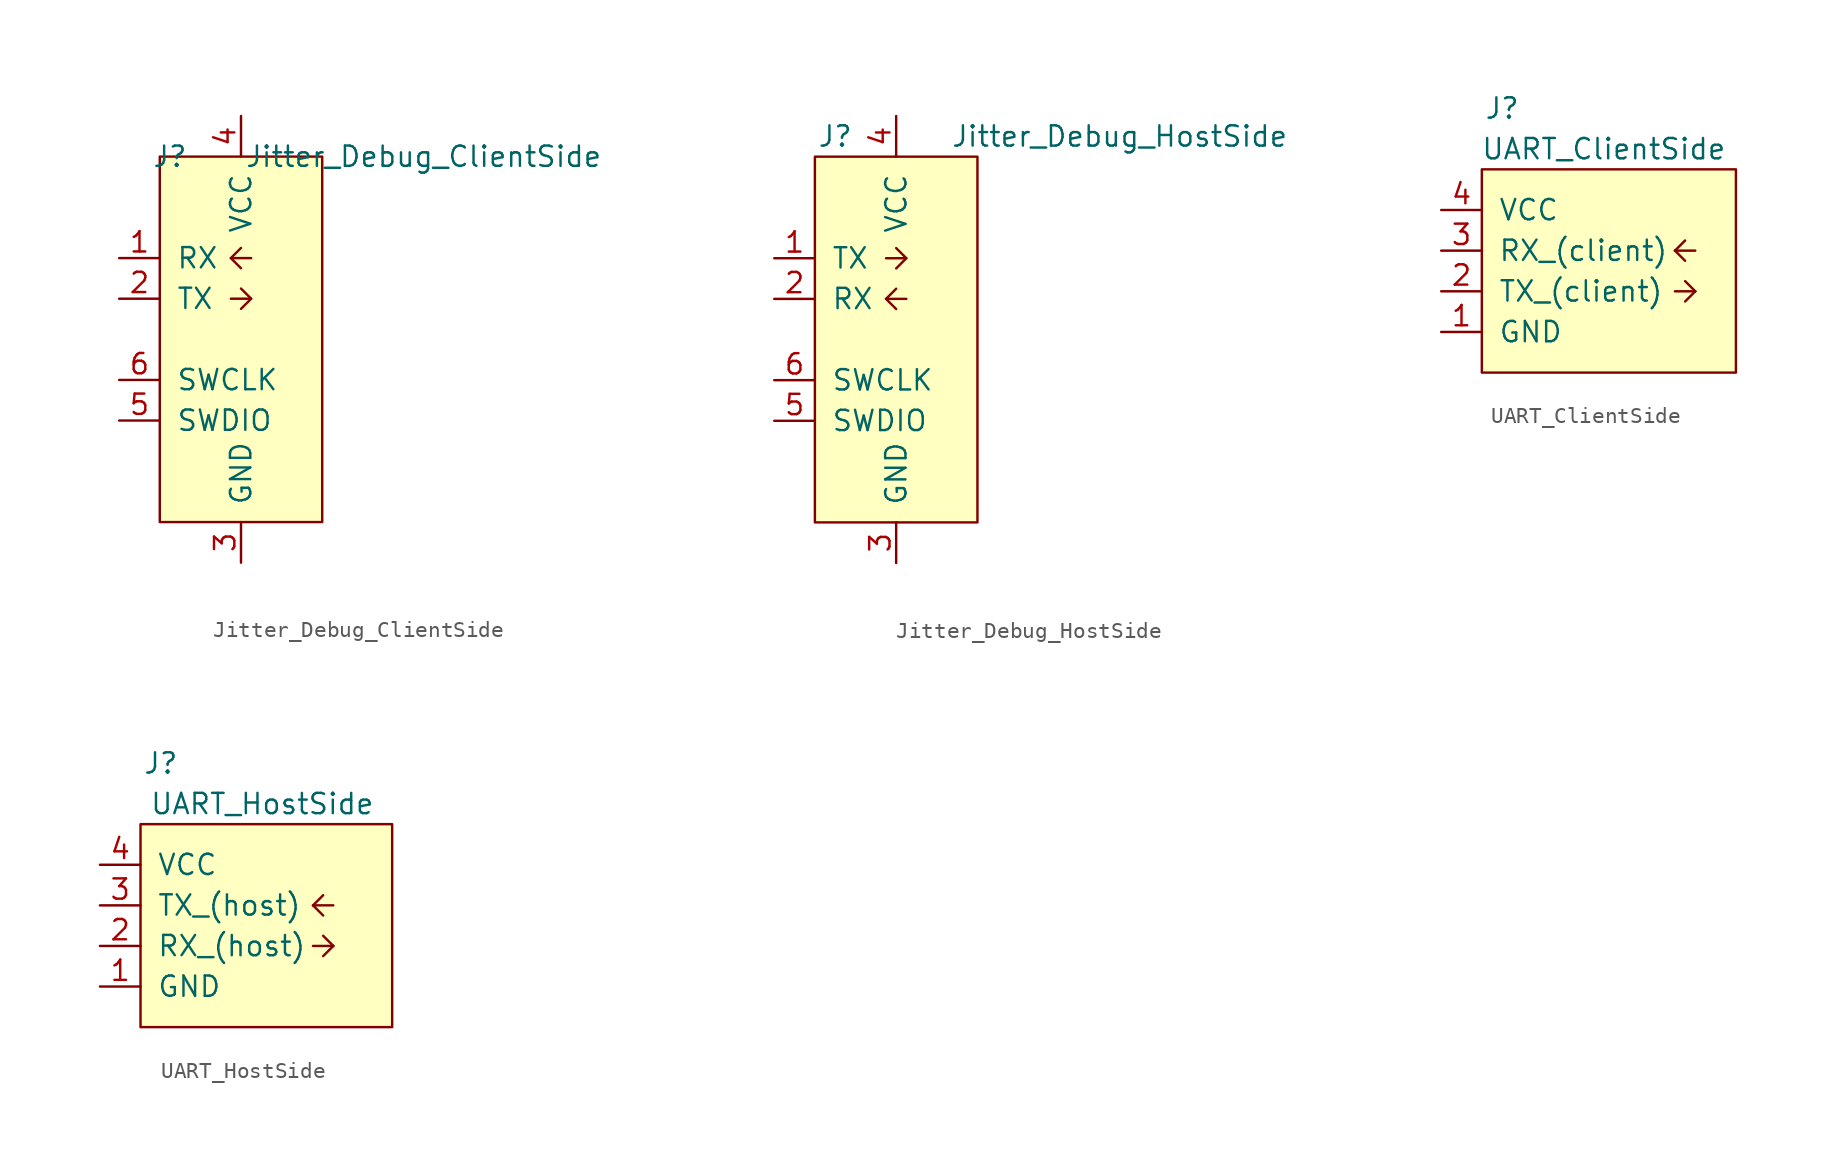
<source format=kicad_sym>
(kicad_symbol_lib
  (version 20211014)
  (generator kicad_symbol_editor)
  (symbol "Jitter_Debug_ClientSide"
    (pin_names
      (offset 1.016))
    (property "Reference" "J"
      (at 0.635 22.86 0)
      (effects (font (size 1.27 1.27))))
    (property "Value" "Jitter_Debug_ClientSide"
      (at 16.51 22.86 0)
      (effects (font (size 1.27 1.27))))
    (symbol "Jitter_Debug_ClientSide_0_1"
      (polyline (pts (xy 4.445 16.51) (xy 5.715 16.51)) (stroke (width 0.152) (type default) (color 0 0 0 0)) (fill (type none)))
      (polyline (pts (xy 5.715 13.97) (xy 4.445 13.97)) (stroke (width 0.152) (type default) (color 0 0 0 0)) (fill (type none)))
      (polyline (pts (xy 5.08 14.605) (xy 5.715 13.97) (xy 5.08 13.335)) (stroke (width 0.152) (type default) (color 0 0 0 0)) (fill (type none)))
      (polyline (pts (xy 5.08 15.875) (xy 4.445 16.51) (xy 5.08 17.145)) (stroke (width 0.152) (type default) (color 0 0 0 0)) (fill (type none)))
      (rectangle (start 0 22.86) (end 10.16 0) (stroke (width 0) (type default) (color 0 0 0 0)) (fill (type background))))
    (symbol "Jitter_Debug_ClientSide_1_1"
      (pin input line (at -2.54 16.51 0) (length 2.54) (name "RX" (effects (font (size 1.27 1.27)))) (number "1" (effects (font (size 1.27 1.27)))))
      (pin output line (at -2.54 13.97 0) (length 2.54) (name "TX" (effects (font (size 1.27 1.27)))) (number "2" (effects (font (size 1.27 1.27)))))
      (pin passive line (at 5.08 -2.54 90) (length 2.54) (name "GND" (effects (font (size 1.27 1.27)))) (number "3" (effects (font (size 1.27 1.27)))))
      (pin passive line (at 5.08 25.4 270) (length 2.54) (name "VCC" (effects (font (size 1.27 1.27)))) (number "4" (effects (font (size 1.27 1.27)))))
      (pin bidirectional line (at -2.54 6.35 0) (length 2.54) (name "SWDIO" (effects (font (size 1.27 1.27)))) (number "5" (effects (font (size 1.27 1.27)))))
      (pin bidirectional line (at -2.54 8.89 0) (length 2.54) (name "SWCLK" (effects (font (size 1.27 1.27)))) (number "6" (effects (font (size 1.27 1.27)))))))
  (symbol "Jitter_Debug_HostSide"
    (pin_names
      (offset 1.016))
    (property "Reference" "J"
      (at 1.27 24.13 0)
      (effects (font (size 1.27 1.27))))
    (property "Value" "Jitter_Debug_HostSide"
      (at 19.05 24.13 0)
      (effects (font (size 1.27 1.27))))
    (symbol "Jitter_Debug_HostSide_0_1"
      (polyline (pts (xy 4.445 13.97) (xy 5.715 13.97)) (stroke (width 0.152) (type default) (color 0 0 0 0)) (fill (type none)))
      (polyline (pts (xy 5.715 16.51) (xy 4.445 16.51)) (stroke (width 0.152) (type default) (color 0 0 0 0)) (fill (type none)))
      (polyline (pts (xy 5.08 13.335) (xy 4.445 13.97) (xy 5.08 14.605)) (stroke (width 0.152) (type default) (color 0 0 0 0)) (fill (type none)))
      (polyline (pts (xy 5.08 17.145) (xy 5.715 16.51) (xy 5.08 15.875)) (stroke (width 0.152) (type default) (color 0 0 0 0)) (fill (type none)))
      (rectangle (start 0 22.86) (end 10.16 0) (stroke (width 0) (type default) (color 0 0 0 0)) (fill (type background))))
    (symbol "Jitter_Debug_HostSide_1_1"
      (pin output line (at -2.54 16.51 0) (length 2.54) (name "TX" (effects (font (size 1.27 1.27)))) (number "1" (effects (font (size 1.27 1.27)))))
      (pin input line (at -2.54 13.97 0) (length 2.54) (name "RX" (effects (font (size 1.27 1.27)))) (number "2" (effects (font (size 1.27 1.27)))))
      (pin passive line (at 5.08 -2.54 90) (length 2.54) (name "GND" (effects (font (size 1.27 1.27)))) (number "3" (effects (font (size 1.27 1.27)))))
      (pin passive line (at 5.08 25.4 270) (length 2.54) (name "VCC" (effects (font (size 1.27 1.27)))) (number "4" (effects (font (size 1.27 1.27)))))
      (pin bidirectional line (at -2.54 6.35 0) (length 2.54) (name "SWDIO" (effects (font (size 1.27 1.27)))) (number "5" (effects (font (size 1.27 1.27)))))
      (pin bidirectional line (at -2.54 8.89 0) (length 2.54) (name "SWCLK" (effects (font (size 1.27 1.27)))) (number "6" (effects (font (size 1.27 1.27)))))))
  (symbol "UART_ClientSide"
    (pin_names
      (offset 1.016))
    (property "Reference" "J"
      (at 1.27 16.51 0)
      (effects (font (size 1.27 1.27))))
    (property "Value" "UART_ClientSide"
      (at 7.62 13.97 0)
      (effects (font (size 1.27 1.27))))
    (symbol "UART_ClientSide_0_1"
      (polyline (pts (xy 12.065 7.62) (xy 12.7 6.985)) (stroke (width 0.152) (type default) (color 0 0 0 0)) (fill (type none)))
      (polyline (pts (xy 12.065 7.62) (xy 12.7 8.255)) (stroke (width 0.152) (type default) (color 0 0 0 0)) (fill (type none)))
      (polyline (pts (xy 12.065 7.62) (xy 13.335 7.62)) (stroke (width 0.152) (type default) (color 0 0 0 0)) (fill (type none)))
      (polyline (pts (xy 13.335 5.08) (xy 12.065 5.08)) (stroke (width 0.152) (type default) (color 0 0 0 0)) (fill (type none)))
      (polyline (pts (xy 13.335 5.08) (xy 12.7 4.445)) (stroke (width 0.152) (type default) (color 0 0 0 0)) (fill (type none)))
      (polyline (pts (xy 13.335 5.08) (xy 12.7 5.715)) (stroke (width 0.152) (type default) (color 0 0 0 0)) (fill (type none)))
      (rectangle (start 0 12.7) (end 15.875 0) (stroke (width 0) (type default) (color 0 0 0 0)) (fill (type background))))
    (symbol "UART_ClientSide_1_1"
      (pin passive line (at -2.54 2.54 0) (length 2.54) (name "GND" (effects (font (size 1.27 1.27)))) (number "1" (effects (font (size 1.27 1.27)))))
      (pin output line (at -2.54 5.08 0) (length 2.54) (name "TX_(client)" (effects (font (size 1.27 1.27)))) (number "2" (effects (font (size 1.27 1.27)))))
      (pin input line (at -2.54 7.62 0) (length 2.54) (name "RX_(client)" (effects (font (size 1.27 1.27)))) (number "3" (effects (font (size 1.27 1.27)))))
      (pin passive line (at -2.54 10.16 0) (length 2.54) (name "VCC" (effects (font (size 1.27 1.27)))) (number "4" (effects (font (size 1.27 1.27)))))))
  (symbol "UART_HostSide"
    (pin_names
      (offset 1.016))
    (property "Reference" "J"
      (at 1.27 16.51 0)
      (effects (font (size 1.27 1.27))))
    (property "Value" "UART_HostSide"
      (at 7.62 13.97 0)
      (effects (font (size 1.27 1.27))))
    (symbol "UART_HostSide_0_1"
      (polyline (pts (xy 10.795 7.62) (xy 11.43 6.985)) (stroke (width 0.152) (type default) (color 0 0 0 0)) (fill (type none)))
      (polyline (pts (xy 10.795 7.62) (xy 11.43 8.255)) (stroke (width 0.152) (type default) (color 0 0 0 0)) (fill (type none)))
      (polyline (pts (xy 10.795 7.62) (xy 12.065 7.62)) (stroke (width 0.152) (type default) (color 0 0 0 0)) (fill (type none)))
      (polyline (pts (xy 12.065 5.08) (xy 10.795 5.08)) (stroke (width 0.152) (type default) (color 0 0 0 0)) (fill (type none)))
      (polyline (pts (xy 12.065 5.08) (xy 11.43 4.445)) (stroke (width 0.152) (type default) (color 0 0 0 0)) (fill (type none)))
      (polyline (pts (xy 12.065 5.08) (xy 11.43 5.715)) (stroke (width 0.152) (type default) (color 0 0 0 0)) (fill (type none)))
      (rectangle (start 0 12.7) (end 15.748 0) (stroke (width 0) (type default) (color 0 0 0 0)) (fill (type background))))
    (symbol "UART_HostSide_1_1"
      (pin passive line (at -2.54 2.54 0) (length 2.54) (name "GND" (effects (font (size 1.27 1.27)))) (number "1" (effects (font (size 1.27 1.27)))))
      (pin input line (at -2.54 5.08 0) (length 2.54) (name "RX_(host)" (effects (font (size 1.27 1.27)))) (number "2" (effects (font (size 1.27 1.27)))))
      (pin output line (at -2.54 7.62 0) (length 2.54) (name "TX_(host)" (effects (font (size 1.27 1.27)))) (number "3" (effects (font (size 1.27 1.27)))))
      (pin passive line (at -2.54 10.16 0) (length 2.54) (name "VCC" (effects (font (size 1.27 1.27)))) (number "4" (effects (font (size 1.27 1.27))))))))
</source>
